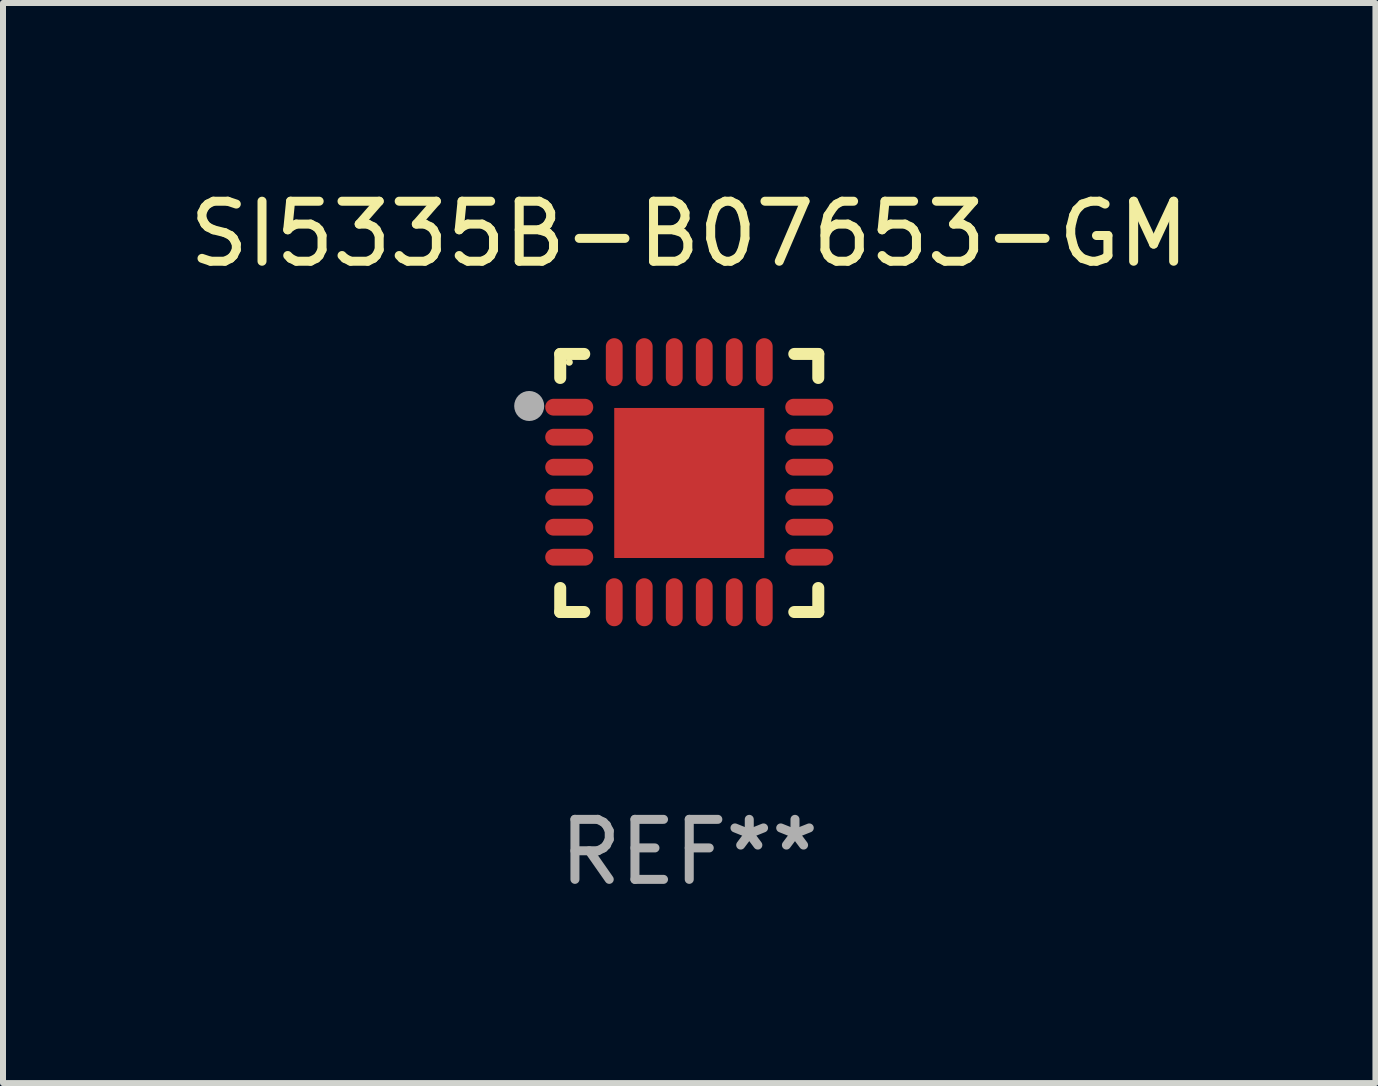
<source format=kicad_pcb>
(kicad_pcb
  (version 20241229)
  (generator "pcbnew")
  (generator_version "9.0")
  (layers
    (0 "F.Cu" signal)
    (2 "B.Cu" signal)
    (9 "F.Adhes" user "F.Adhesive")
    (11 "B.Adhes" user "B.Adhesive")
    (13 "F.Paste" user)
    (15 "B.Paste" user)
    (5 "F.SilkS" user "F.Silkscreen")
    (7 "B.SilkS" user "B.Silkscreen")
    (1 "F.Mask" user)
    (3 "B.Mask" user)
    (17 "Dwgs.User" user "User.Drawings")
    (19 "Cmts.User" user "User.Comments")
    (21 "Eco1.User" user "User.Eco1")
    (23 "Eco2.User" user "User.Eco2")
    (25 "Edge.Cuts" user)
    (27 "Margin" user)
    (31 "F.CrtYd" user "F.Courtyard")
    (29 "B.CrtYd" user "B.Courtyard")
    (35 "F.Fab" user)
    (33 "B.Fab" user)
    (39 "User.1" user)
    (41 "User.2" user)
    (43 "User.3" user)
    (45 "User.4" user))
  (footprint "SI5335B-B07653-GM"
    (layer "F.Cu")
    (at 8.435 4.998)
    (property "Reference" "SI5335B-B07653-GM" (at 0 -4.15 0) (layer "F.SilkS") (effects (font (size 1 1) (thickness 0.15))))
    (attr through_hole)
    (fp_line (start -2.15 -2.15) (end -1.75 -2.15) (stroke (width 0.2) (type solid)) (layer "F.SilkS"))
    (fp_line (start -2.15 -1.75) (end -2.15 -2.15) (stroke (width 0.2) (type solid)) (layer "F.SilkS"))
    (fp_line (start -2.15 2.15) (end -2.15 1.75) (stroke (width 0.2) (type solid)) (layer "F.SilkS"))
    (fp_line (start -1.75 2.15) (end -2.15 2.15) (stroke (width 0.2) (type solid)) (layer "F.SilkS"))
    (fp_line (start 1.75 -2.15) (end 2.15 -2.15) (stroke (width 0.2) (type solid)) (layer "F.SilkS"))
    (fp_line (start 1.75 2.15) (end 2.15 2.15) (stroke (width 0.2) (type solid)) (layer "F.SilkS"))
    (fp_line (start 2.15 -2.15) (end 2.15 -1.75) (stroke (width 0.2) (type solid)) (layer "F.SilkS"))
    (fp_line (start 2.15 2.15) (end 2.15 1.75) (stroke (width 0.2) (type solid)) (layer "F.SilkS"))
    (fp_circle (center -2 -2.013) (end -1.97 -2.013) (stroke (width 0.06) (type solid)) (fill no) (layer "F.SilkS"))
    (fp_circle (center -2.667 -1.283) (end -2.542 -1.283) (stroke (width 0.25) (type solid)) (fill no) (layer "F.Fab"))
    (fp_text user "REF**" (at 0 6.15 0) (layer "F.Fab") (effects (font (size 1 1) (thickness 0.15))))
    (pad "1" smd oval (at -2 -1.263) (size 0.8 0.28) (layers "F.Cu" "F.Mask" "F.Paste"))
    (pad "2" smd oval (at -2 -0.763) (size 0.8 0.28) (layers "F.Cu" "F.Mask" "F.Paste"))
    (pad "3" smd oval (at -2 -0.263) (size 0.8 0.28) (layers "F.Cu" "F.Mask" "F.Paste"))
    (pad "4" smd oval (at -2 0.237) (size 0.8 0.28) (layers "F.Cu" "F.Mask" "F.Paste"))
    (pad "5" smd oval (at -2 0.737) (size 0.8 0.28) (layers "F.Cu" "F.Mask" "F.Paste"))
    (pad "6" smd oval (at -2 1.237) (size 0.8 0.28) (layers "F.Cu" "F.Mask" "F.Paste"))
    (pad "7" smd oval (at -1.25 1.987) (size 0.28 0.8) (layers "F.Cu" "F.Mask" "F.Paste"))
    (pad "8" smd oval (at -0.75 1.987) (size 0.28 0.8) (layers "F.Cu" "F.Mask" "F.Paste"))
    (pad "9" smd oval (at -0.25 1.987) (size 0.28 0.8) (layers "F.Cu" "F.Mask" "F.Paste"))
    (pad "10" smd oval (at 0.25 1.987) (size 0.28 0.8) (layers "F.Cu" "F.Mask" "F.Paste"))
    (pad "11" smd oval (at 0.75 1.987) (size 0.28 0.8) (layers "F.Cu" "F.Mask" "F.Paste"))
    (pad "12" smd oval (at 1.25 1.987) (size 0.28 0.8) (layers "F.Cu" "F.Mask" "F.Paste"))
    (pad "13" smd oval (at 2 1.237) (size 0.8 0.28) (layers "F.Cu" "F.Mask" "F.Paste"))
    (pad "14" smd oval (at 2 0.737) (size 0.8 0.28) (layers "F.Cu" "F.Mask" "F.Paste"))
    (pad "15" smd oval (at 2 0.237) (size 0.8 0.28) (layers "F.Cu" "F.Mask" "F.Paste"))
    (pad "16" smd oval (at 2 -0.263) (size 0.8 0.28) (layers "F.Cu" "F.Mask" "F.Paste"))
    (pad "17" smd oval (at 2 -0.763) (size 0.8 0.28) (layers "F.Cu" "F.Mask" "F.Paste"))
    (pad "18" smd oval (at 2 -1.263) (size 0.8 0.28) (layers "F.Cu" "F.Mask" "F.Paste"))
    (pad "19" smd oval (at 1.25 -2.013) (size 0.28 0.8) (layers "F.Cu" "F.Mask" "F.Paste"))
    (pad "20" smd oval (at 0.75 -2.013) (size 0.28 0.8) (layers "F.Cu" "F.Mask" "F.Paste"))
    (pad "21" smd oval (at 0.25 -2.013) (size 0.28 0.8) (layers "F.Cu" "F.Mask" "F.Paste"))
    (pad "22" smd oval (at -0.25 -2.013) (size 0.28 0.8) (layers "F.Cu" "F.Mask" "F.Paste"))
    (pad "23" smd oval (at -0.75 -2.013) (size 0.28 0.8) (layers "F.Cu" "F.Mask" "F.Paste"))
    (pad "24" smd oval (at -1.25 -2.013) (size 0.28 0.8) (layers "F.Cu" "F.Mask" "F.Paste"))
    (pad "25" smd rect (at -0.000127 -0.00014) (size 2.5 2.5) (layers "F.Cu" "F.Mask" "F.Paste")))
  (gr_rect
    (start -3 -3)
    (end 19.869 14.997)
    (stroke (width 0.1) (type default))
    (fill no)
    (layer "Edge.Cuts")))
</source>
